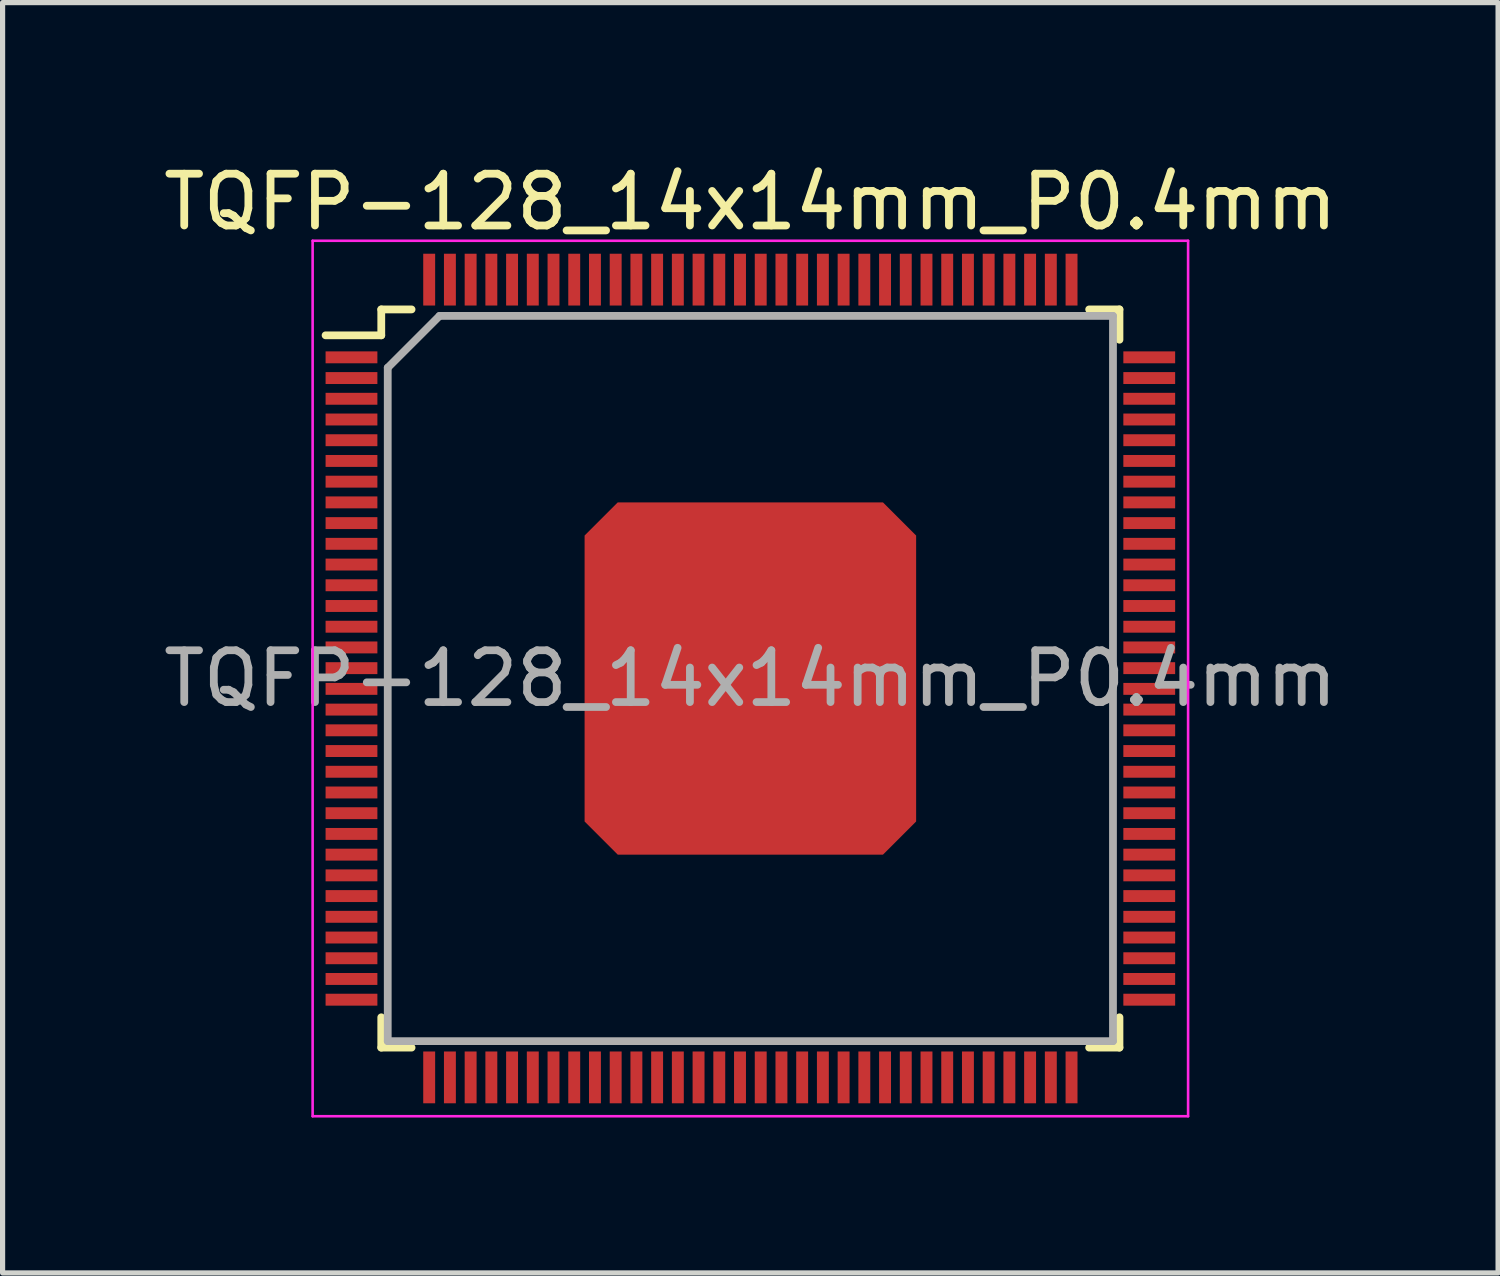
<source format=kicad_pcb>
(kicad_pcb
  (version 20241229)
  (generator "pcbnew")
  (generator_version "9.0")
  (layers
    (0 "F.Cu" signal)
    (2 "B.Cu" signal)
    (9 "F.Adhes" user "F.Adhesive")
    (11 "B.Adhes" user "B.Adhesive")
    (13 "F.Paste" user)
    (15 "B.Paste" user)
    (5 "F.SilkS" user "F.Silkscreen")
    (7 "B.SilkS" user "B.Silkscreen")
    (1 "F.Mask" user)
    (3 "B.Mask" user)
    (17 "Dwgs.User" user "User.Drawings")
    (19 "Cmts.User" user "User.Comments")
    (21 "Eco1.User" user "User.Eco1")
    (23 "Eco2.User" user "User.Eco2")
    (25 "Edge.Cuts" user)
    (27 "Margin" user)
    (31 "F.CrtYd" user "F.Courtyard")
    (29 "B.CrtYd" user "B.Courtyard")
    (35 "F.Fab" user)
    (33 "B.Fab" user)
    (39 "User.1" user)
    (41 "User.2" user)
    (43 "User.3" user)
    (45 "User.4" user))
  (footprint "TQFP-128_14x14mm_P0.4mm"
    (layer "F.Cu")
    (at 11.435 10.048)
    (property "Reference" "TQFP-128_14x14mm_P0.4mm" (at 0 -9.2 0) (layer "F.SilkS") (effects (font (size 1 1) (thickness 0.15))))
    (attr smd)
    (fp_line (start -7.125 -7.125) (end -7.125 -6.625) (stroke (width 0.15) (type solid)) (layer "F.SilkS"))
    (fp_line (start -7.125 -7.125) (end -6.54 -7.125) (stroke (width 0.15) (type solid)) (layer "F.SilkS"))
    (fp_line (start -7.125 -6.625) (end -8.2 -6.625) (stroke (width 0.15) (type solid)) (layer "F.SilkS"))
    (fp_line (start -7.125 7.125) (end -7.125 6.54) (stroke (width 0.15) (type solid)) (layer "F.SilkS"))
    (fp_line (start -7.125 7.125) (end -6.54 7.125) (stroke (width 0.15) (type solid)) (layer "F.SilkS"))
    (fp_line (start 7.125 -7.125) (end 6.54 -7.125) (stroke (width 0.15) (type solid)) (layer "F.SilkS"))
    (fp_line (start 7.125 -7.125) (end 7.125 -6.54) (stroke (width 0.15) (type solid)) (layer "F.SilkS"))
    (fp_line (start 7.125 7.125) (end 6.54 7.125) (stroke (width 0.15) (type solid)) (layer "F.SilkS"))
    (fp_line (start 7.125 7.125) (end 7.125 6.54) (stroke (width 0.15) (type solid)) (layer "F.SilkS"))
    (fp_line (start -8.45 -8.45) (end -8.45 8.45) (stroke (width 0.05) (type solid)) (layer "F.CrtYd"))
    (fp_line (start -8.45 -8.45) (end 8.45 -8.45) (stroke (width 0.05) (type solid)) (layer "F.CrtYd"))
    (fp_line (start -8.45 8.45) (end 8.45 8.45) (stroke (width 0.05) (type solid)) (layer "F.CrtYd"))
    (fp_line (start 8.45 -8.45) (end 8.45 8.45) (stroke (width 0.05) (type solid)) (layer "F.CrtYd"))
    (fp_line (start -7 -6) (end -6 -7) (stroke (width 0.15) (type solid)) (layer "F.Fab"))
    (fp_line (start -7 7) (end -7 -6) (stroke (width 0.15) (type solid)) (layer "F.Fab"))
    (fp_line (start -6 -7) (end 7 -7) (stroke (width 0.15) (type solid)) (layer "F.Fab"))
    (fp_line (start 7 -7) (end 7 7) (stroke (width 0.15) (type solid)) (layer "F.Fab"))
    (fp_line (start 7 7) (end -7 7) (stroke (width 0.15) (type solid)) (layer "F.Fab"))
    (fp_text user "${REFERENCE}" (at 0 0 0) (layer "F.Fab") (effects (font (size 1 1) (thickness 0.15))))
    (pad "1" smd rect (at -7.7 -6.2) (size 1 0.23) (layers "F.Cu" "F.Mask" "F.Paste"))
    (pad "2" smd rect (at -7.7 -5.8) (size 1 0.23) (layers "F.Cu" "F.Mask" "F.Paste"))
    (pad "3" smd rect (at -7.7 -5.4) (size 1 0.23) (layers "F.Cu" "F.Mask" "F.Paste"))
    (pad "4" smd rect (at -7.7 -5) (size 1 0.23) (layers "F.Cu" "F.Mask" "F.Paste"))
    (pad "5" smd rect (at -7.7 -4.6) (size 1 0.23) (layers "F.Cu" "F.Mask" "F.Paste"))
    (pad "6" smd rect (at -7.7 -4.2) (size 1 0.23) (layers "F.Cu" "F.Mask" "F.Paste"))
    (pad "7" smd rect (at -7.7 -3.8) (size 1 0.23) (layers "F.Cu" "F.Mask" "F.Paste"))
    (pad "8" smd rect (at -7.7 -3.4) (size 1 0.23) (layers "F.Cu" "F.Mask" "F.Paste"))
    (pad "9" smd rect (at -7.7 -3) (size 1 0.23) (layers "F.Cu" "F.Mask" "F.Paste"))
    (pad "10" smd rect (at -7.7 -2.6) (size 1 0.23) (layers "F.Cu" "F.Mask" "F.Paste"))
    (pad "11" smd rect (at -7.7 -2.2) (size 1 0.23) (layers "F.Cu" "F.Mask" "F.Paste"))
    (pad "12" smd rect (at -7.7 -1.8) (size 1 0.23) (layers "F.Cu" "F.Mask" "F.Paste"))
    (pad "13" smd rect (at -7.7 -1.4) (size 1 0.23) (layers "F.Cu" "F.Mask" "F.Paste"))
    (pad "14" smd rect (at -7.7 -1) (size 1 0.23) (layers "F.Cu" "F.Mask" "F.Paste"))
    (pad "15" smd rect (at -7.7 -0.6) (size 1 0.23) (layers "F.Cu" "F.Mask" "F.Paste"))
    (pad "16" smd rect (at -7.7 -0.2) (size 1 0.23) (layers "F.Cu" "F.Mask" "F.Paste"))
    (pad "17" smd rect (at -7.7 0.2) (size 1 0.23) (layers "F.Cu" "F.Mask" "F.Paste"))
    (pad "18" smd rect (at -7.7 0.6) (size 1 0.23) (layers "F.Cu" "F.Mask" "F.Paste"))
    (pad "19" smd rect (at -7.7 1) (size 1 0.23) (layers "F.Cu" "F.Mask" "F.Paste"))
    (pad "20" smd rect (at -7.7 1.4) (size 1 0.23) (layers "F.Cu" "F.Mask" "F.Paste"))
    (pad "21" smd rect (at -7.7 1.8) (size 1 0.23) (layers "F.Cu" "F.Mask" "F.Paste"))
    (pad "22" smd rect (at -7.7 2.2) (size 1 0.23) (layers "F.Cu" "F.Mask" "F.Paste"))
    (pad "23" smd rect (at -7.7 2.6) (size 1 0.23) (layers "F.Cu" "F.Mask" "F.Paste"))
    (pad "24" smd rect (at -7.7 3) (size 1 0.23) (layers "F.Cu" "F.Mask" "F.Paste"))
    (pad "25" smd rect (at -7.7 3.4) (size 1 0.23) (layers "F.Cu" "F.Mask" "F.Paste"))
    (pad "26" smd rect (at -7.7 3.8) (size 1 0.23) (layers "F.Cu" "F.Mask" "F.Paste"))
    (pad "27" smd rect (at -7.7 4.2) (size 1 0.23) (layers "F.Cu" "F.Mask" "F.Paste"))
    (pad "28" smd rect (at -7.7 4.6) (size 1 0.23) (layers "F.Cu" "F.Mask" "F.Paste"))
    (pad "29" smd rect (at -7.7 5) (size 1 0.23) (layers "F.Cu" "F.Mask" "F.Paste"))
    (pad "30" smd rect (at -7.7 5.4) (size 1 0.23) (layers "F.Cu" "F.Mask" "F.Paste"))
    (pad "31" smd rect (at -7.7 5.8) (size 1 0.23) (layers "F.Cu" "F.Mask" "F.Paste"))
    (pad "32" smd rect (at -7.7 6.2) (size 1 0.23) (layers "F.Cu" "F.Mask" "F.Paste"))
    (pad "33" smd rect (at -6.2 7.7 90) (size 1 0.23) (layers "F.Cu" "F.Mask" "F.Paste"))
    (pad "34" smd rect (at -5.8 7.7 90) (size 1 0.23) (layers "F.Cu" "F.Mask" "F.Paste"))
    (pad "35" smd rect (at -5.4 7.7 90) (size 1 0.23) (layers "F.Cu" "F.Mask" "F.Paste"))
    (pad "36" smd rect (at -5 7.7 90) (size 1 0.23) (layers "F.Cu" "F.Mask" "F.Paste"))
    (pad "37" smd rect (at -4.6 7.7 90) (size 1 0.23) (layers "F.Cu" "F.Mask" "F.Paste"))
    (pad "38" smd rect (at -4.2 7.7 90) (size 1 0.23) (layers "F.Cu" "F.Mask" "F.Paste"))
    (pad "39" smd rect (at -3.8 7.7 90) (size 1 0.23) (layers "F.Cu" "F.Mask" "F.Paste"))
    (pad "40" smd rect (at -3.4 7.7 90) (size 1 0.23) (layers "F.Cu" "F.Mask" "F.Paste"))
    (pad "41" smd rect (at -3 7.7 90) (size 1 0.23) (layers "F.Cu" "F.Mask" "F.Paste"))
    (pad "42" smd rect (at -2.6 7.7 90) (size 1 0.23) (layers "F.Cu" "F.Mask" "F.Paste"))
    (pad "43" smd rect (at -2.2 7.7 90) (size 1 0.23) (layers "F.Cu" "F.Mask" "F.Paste"))
    (pad "44" smd rect (at -1.8 7.7 90) (size 1 0.23) (layers "F.Cu" "F.Mask" "F.Paste"))
    (pad "45" smd rect (at -1.4 7.7 90) (size 1 0.23) (layers "F.Cu" "F.Mask" "F.Paste"))
    (pad "46" smd rect (at -1 7.7 90) (size 1 0.23) (layers "F.Cu" "F.Mask" "F.Paste"))
    (pad "47" smd rect (at -0.6 7.7 90) (size 1 0.23) (layers "F.Cu" "F.Mask" "F.Paste"))
    (pad "48" smd rect (at -0.2 7.7 90) (size 1 0.23) (layers "F.Cu" "F.Mask" "F.Paste"))
    (pad "49" smd rect (at 0.2 7.7 90) (size 1 0.23) (layers "F.Cu" "F.Mask" "F.Paste"))
    (pad "50" smd rect (at 0.6 7.7 90) (size 1 0.23) (layers "F.Cu" "F.Mask" "F.Paste"))
    (pad "51" smd rect (at 1 7.7 90) (size 1 0.23) (layers "F.Cu" "F.Mask" "F.Paste"))
    (pad "52" smd rect (at 1.4 7.7 90) (size 1 0.23) (layers "F.Cu" "F.Mask" "F.Paste"))
    (pad "53" smd rect (at 1.8 7.7 90) (size 1 0.23) (layers "F.Cu" "F.Mask" "F.Paste"))
    (pad "54" smd rect (at 2.2 7.7 90) (size 1 0.23) (layers "F.Cu" "F.Mask" "F.Paste"))
    (pad "55" smd rect (at 2.6 7.7 90) (size 1 0.23) (layers "F.Cu" "F.Mask" "F.Paste"))
    (pad "56" smd rect (at 3 7.7 90) (size 1 0.23) (layers "F.Cu" "F.Mask" "F.Paste"))
    (pad "57" smd rect (at 3.4 7.7 90) (size 1 0.23) (layers "F.Cu" "F.Mask" "F.Paste"))
    (pad "58" smd rect (at 3.8 7.7 90) (size 1 0.23) (layers "F.Cu" "F.Mask" "F.Paste"))
    (pad "59" smd rect (at 4.2 7.7 90) (size 1 0.23) (layers "F.Cu" "F.Mask" "F.Paste"))
    (pad "60" smd rect (at 4.6 7.7 90) (size 1 0.23) (layers "F.Cu" "F.Mask" "F.Paste"))
    (pad "61" smd rect (at 5 7.7 90) (size 1 0.23) (layers "F.Cu" "F.Mask" "F.Paste"))
    (pad "62" smd rect (at 5.4 7.7 90) (size 1 0.23) (layers "F.Cu" "F.Mask" "F.Paste"))
    (pad "63" smd rect (at 5.8 7.7 90) (size 1 0.23) (layers "F.Cu" "F.Mask" "F.Paste"))
    (pad "64" smd rect (at 6.2 7.7 90) (size 1 0.23) (layers "F.Cu" "F.Mask" "F.Paste"))
    (pad "65" smd rect (at 7.7 6.2) (size 1 0.23) (layers "F.Cu" "F.Mask" "F.Paste"))
    (pad "66" smd rect (at 7.7 5.8) (size 1 0.23) (layers "F.Cu" "F.Mask" "F.Paste"))
    (pad "67" smd rect (at 7.7 5.4) (size 1 0.23) (layers "F.Cu" "F.Mask" "F.Paste"))
    (pad "68" smd rect (at 7.7 5) (size 1 0.23) (layers "F.Cu" "F.Mask" "F.Paste"))
    (pad "69" smd rect (at 7.7 4.6) (size 1 0.23) (layers "F.Cu" "F.Mask" "F.Paste"))
    (pad "70" smd rect (at 7.7 4.2) (size 1 0.23) (layers "F.Cu" "F.Mask" "F.Paste"))
    (pad "71" smd rect (at 7.7 3.8) (size 1 0.23) (layers "F.Cu" "F.Mask" "F.Paste"))
    (pad "72" smd rect (at 7.7 3.4) (size 1 0.23) (layers "F.Cu" "F.Mask" "F.Paste"))
    (pad "73" smd rect (at 7.7 3) (size 1 0.23) (layers "F.Cu" "F.Mask" "F.Paste"))
    (pad "74" smd rect (at 7.7 2.6) (size 1 0.23) (layers "F.Cu" "F.Mask" "F.Paste"))
    (pad "75" smd rect (at 7.7 2.2) (size 1 0.23) (layers "F.Cu" "F.Mask" "F.Paste"))
    (pad "76" smd rect (at 7.7 1.8) (size 1 0.23) (layers "F.Cu" "F.Mask" "F.Paste"))
    (pad "77" smd rect (at 7.7 1.4) (size 1 0.23) (layers "F.Cu" "F.Mask" "F.Paste"))
    (pad "78" smd rect (at 7.7 1) (size 1 0.23) (layers "F.Cu" "F.Mask" "F.Paste"))
    (pad "79" smd rect (at 7.7 0.6) (size 1 0.23) (layers "F.Cu" "F.Mask" "F.Paste"))
    (pad "80" smd rect (at 7.7 0.2) (size 1 0.23) (layers "F.Cu" "F.Mask" "F.Paste"))
    (pad "81" smd rect (at 7.7 -0.2) (size 1 0.23) (layers "F.Cu" "F.Mask" "F.Paste"))
    (pad "82" smd rect (at 7.7 -0.6) (size 1 0.23) (layers "F.Cu" "F.Mask" "F.Paste"))
    (pad "83" smd rect (at 7.7 -1) (size 1 0.23) (layers "F.Cu" "F.Mask" "F.Paste"))
    (pad "84" smd rect (at 7.7 -1.4) (size 1 0.23) (layers "F.Cu" "F.Mask" "F.Paste"))
    (pad "85" smd rect (at 7.7 -1.8) (size 1 0.23) (layers "F.Cu" "F.Mask" "F.Paste"))
    (pad "86" smd rect (at 7.7 -2.2) (size 1 0.23) (layers "F.Cu" "F.Mask" "F.Paste"))
    (pad "87" smd rect (at 7.7 -2.6) (size 1 0.23) (layers "F.Cu" "F.Mask" "F.Paste"))
    (pad "88" smd rect (at 7.7 -3) (size 1 0.23) (layers "F.Cu" "F.Mask" "F.Paste"))
    (pad "89" smd rect (at 7.7 -3.4) (size 1 0.23) (layers "F.Cu" "F.Mask" "F.Paste"))
    (pad "90" smd rect (at 7.7 -3.8) (size 1 0.23) (layers "F.Cu" "F.Mask" "F.Paste"))
    (pad "91" smd rect (at 7.7 -4.2) (size 1 0.23) (layers "F.Cu" "F.Mask" "F.Paste"))
    (pad "92" smd rect (at 7.7 -4.6) (size 1 0.23) (layers "F.Cu" "F.Mask" "F.Paste"))
    (pad "93" smd rect (at 7.7 -5) (size 1 0.23) (layers "F.Cu" "F.Mask" "F.Paste"))
    (pad "94" smd rect (at 7.7 -5.4) (size 1 0.23) (layers "F.Cu" "F.Mask" "F.Paste"))
    (pad "95" smd rect (at 7.7 -5.8) (size 1 0.23) (layers "F.Cu" "F.Mask" "F.Paste"))
    (pad "96" smd rect (at 7.7 -6.2) (size 1 0.23) (layers "F.Cu" "F.Mask" "F.Paste"))
    (pad "97" smd rect (at 6.2 -7.7 90) (size 1 0.23) (layers "F.Cu" "F.Mask" "F.Paste"))
    (pad "98" smd rect (at 5.8 -7.7 90) (size 1 0.23) (layers "F.Cu" "F.Mask" "F.Paste"))
    (pad "99" smd rect (at 5.4 -7.7 90) (size 1 0.23) (layers "F.Cu" "F.Mask" "F.Paste"))
    (pad "100" smd rect (at 5 -7.7 90) (size 1 0.23) (layers "F.Cu" "F.Mask" "F.Paste"))
    (pad "101" smd rect (at 4.6 -7.7 90) (size 1 0.23) (layers "F.Cu" "F.Mask" "F.Paste"))
    (pad "102" smd rect (at 4.2 -7.7 90) (size 1 0.23) (layers "F.Cu" "F.Mask" "F.Paste"))
    (pad "103" smd rect (at 3.8 -7.7 90) (size 1 0.23) (layers "F.Cu" "F.Mask" "F.Paste"))
    (pad "104" smd rect (at 3.4 -7.7 90) (size 1 0.23) (layers "F.Cu" "F.Mask" "F.Paste"))
    (pad "105" smd rect (at 3 -7.7 90) (size 1 0.23) (layers "F.Cu" "F.Mask" "F.Paste"))
    (pad "106" smd rect (at 2.6 -7.7 90) (size 1 0.23) (layers "F.Cu" "F.Mask" "F.Paste"))
    (pad "107" smd rect (at 2.2 -7.7 90) (size 1 0.23) (layers "F.Cu" "F.Mask" "F.Paste"))
    (pad "108" smd rect (at 1.8 -7.7 90) (size 1 0.23) (layers "F.Cu" "F.Mask" "F.Paste"))
    (pad "109" smd rect (at 1.4 -7.7 90) (size 1 0.23) (layers "F.Cu" "F.Mask" "F.Paste"))
    (pad "110" smd rect (at 1 -7.7 90) (size 1 0.23) (layers "F.Cu" "F.Mask" "F.Paste"))
    (pad "111" smd rect (at 0.6 -7.7 90) (size 1 0.23) (layers "F.Cu" "F.Mask" "F.Paste"))
    (pad "112" smd rect (at 0.2 -7.7 90) (size 1 0.23) (layers "F.Cu" "F.Mask" "F.Paste"))
    (pad "113" smd rect (at -0.2 -7.7 90) (size 1 0.23) (layers "F.Cu" "F.Mask" "F.Paste"))
    (pad "114" smd rect (at -0.6 -7.7 90) (size 1 0.23) (layers "F.Cu" "F.Mask" "F.Paste"))
    (pad "115" smd rect (at -1 -7.7 90) (size 1 0.23) (layers "F.Cu" "F.Mask" "F.Paste"))
    (pad "116" smd rect (at -1.4 -7.7 90) (size 1 0.23) (layers "F.Cu" "F.Mask" "F.Paste"))
    (pad "117" smd rect (at -1.8 -7.7 90) (size 1 0.23) (layers "F.Cu" "F.Mask" "F.Paste"))
    (pad "118" smd rect (at -2.2 -7.7 90) (size 1 0.23) (layers "F.Cu" "F.Mask" "F.Paste"))
    (pad "119" smd rect (at -2.6 -7.7 90) (size 1 0.23) (layers "F.Cu" "F.Mask" "F.Paste"))
    (pad "120" smd rect (at -3 -7.7 90) (size 1 0.23) (layers "F.Cu" "F.Mask" "F.Paste"))
    (pad "121" smd rect (at -3.4 -7.7 90) (size 1 0.23) (layers "F.Cu" "F.Mask" "F.Paste"))
    (pad "122" smd rect (at -3.8 -7.7 90) (size 1 0.23) (layers "F.Cu" "F.Mask" "F.Paste"))
    (pad "123" smd rect (at -4.2 -7.7 90) (size 1 0.23) (layers "F.Cu" "F.Mask" "F.Paste"))
    (pad "124" smd rect (at -4.6 -7.7 90) (size 1 0.23) (layers "F.Cu" "F.Mask" "F.Paste"))
    (pad "125" smd rect (at -5 -7.7 90) (size 1 0.23) (layers "F.Cu" "F.Mask" "F.Paste"))
    (pad "126" smd rect (at -5.4 -7.7 90) (size 1 0.23) (layers "F.Cu" "F.Mask" "F.Paste"))
    (pad "127" smd rect (at -5.8 -7.7 90) (size 1 0.23) (layers "F.Cu" "F.Mask" "F.Paste"))
    (pad "128" smd rect (at -6.2 -7.7 90) (size 1 0.23) (layers "F.Cu" "F.Mask" "F.Paste"))
    (pad "129" smd roundrect (at 0 0 270) (size 6.8 6.4) (layers "F.Cu" "F.Mask" "F.Paste") (roundrect_rratio 0) (chamfer_ratio 0.1) (chamfer top_left top_right bottom_left bottom_right)))
  (gr_rect
    (start -3 -3)
    (end 25.869 21.523)
    (stroke (width 0.1) (type default))
    (fill no)
    (layer "Edge.Cuts")))
</source>
